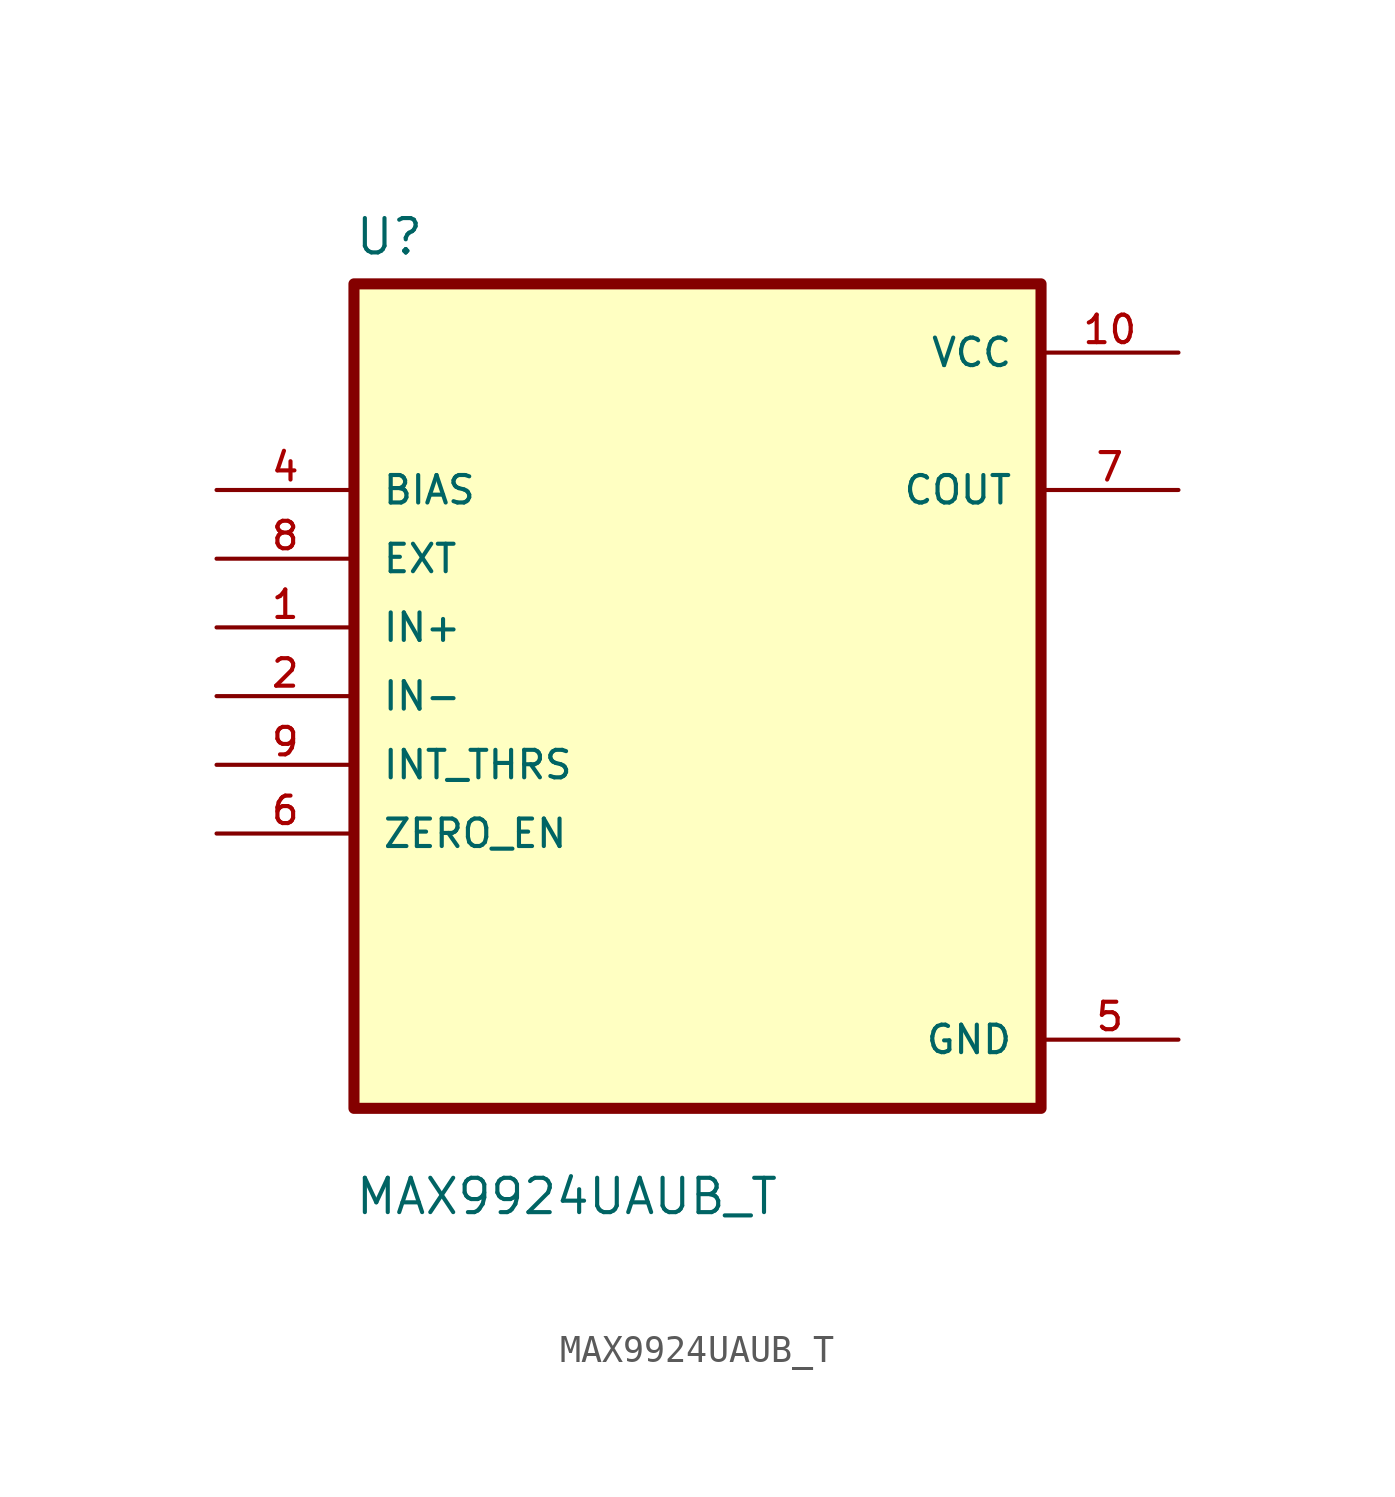
<source format=kicad_sym>
(kicad_symbol_lib
  (version 20211014)
  (generator kicad_symbol_editor)
  (symbol "MAX9924UAUB_T"
    (pin_names
      (offset 1.016))
    (property "Reference" "U"
      (at -12.7 16.24 0.0)
      (effects (font (size 1.27 1.27)) (justify bottom left)))
    (property "Value" "MAX9924UAUB_T"
      (at -12.7 -19.24 0.0)
      (effects (font (size 1.27 1.27)) (justify bottom left)))
    (symbol "MAX9924UAUB_T_0_0"
      (rectangle (start -12.7 -15.24) (end 12.7 15.24) (stroke (width 0.41)) (fill (type background)))
      (pin input line (at -17.78 7.62 0) (length 5.08) (name "BIAS" (effects (font (size 1.016 1.016)))) (number "4" (effects (font (size 1.016 1.016)))))
      (pin input line (at -17.78 5.08 0) (length 5.08) (name "EXT" (effects (font (size 1.016 1.016)))) (number "8" (effects (font (size 1.016 1.016)))))
      (pin input line (at -17.78 2.54 0) (length 5.08) (name "IN+" (effects (font (size 1.016 1.016)))) (number "1" (effects (font (size 1.016 1.016)))))
      (pin input line (at -17.78 0.0 0) (length 5.08) (name "IN-" (effects (font (size 1.016 1.016)))) (number "2" (effects (font (size 1.016 1.016)))))
      (pin input line (at -17.78 -2.54 0) (length 5.08) (name "INT_THRS" (effects (font (size 1.016 1.016)))) (number "9" (effects (font (size 1.016 1.016)))))
      (pin input line (at -17.78 -5.08 0) (length 5.08) (name "ZERO_EN" (effects (font (size 1.016 1.016)))) (number "6" (effects (font (size 1.016 1.016)))))
      (pin power_in line (at 17.78 12.7 180.0) (length 5.08) (name "VCC" (effects (font (size 1.016 1.016)))) (number "10" (effects (font (size 1.016 1.016)))))
      (pin output line (at 17.78 7.62 180.0) (length 5.08) (name "COUT" (effects (font (size 1.016 1.016)))) (number "7" (effects (font (size 1.016 1.016)))))
      (pin power_in line (at 17.78 -12.7 180.0) (length 5.08) (name "GND" (effects (font (size 1.016 1.016)))) (number "5" (effects (font (size 1.016 1.016))))))))
</source>
